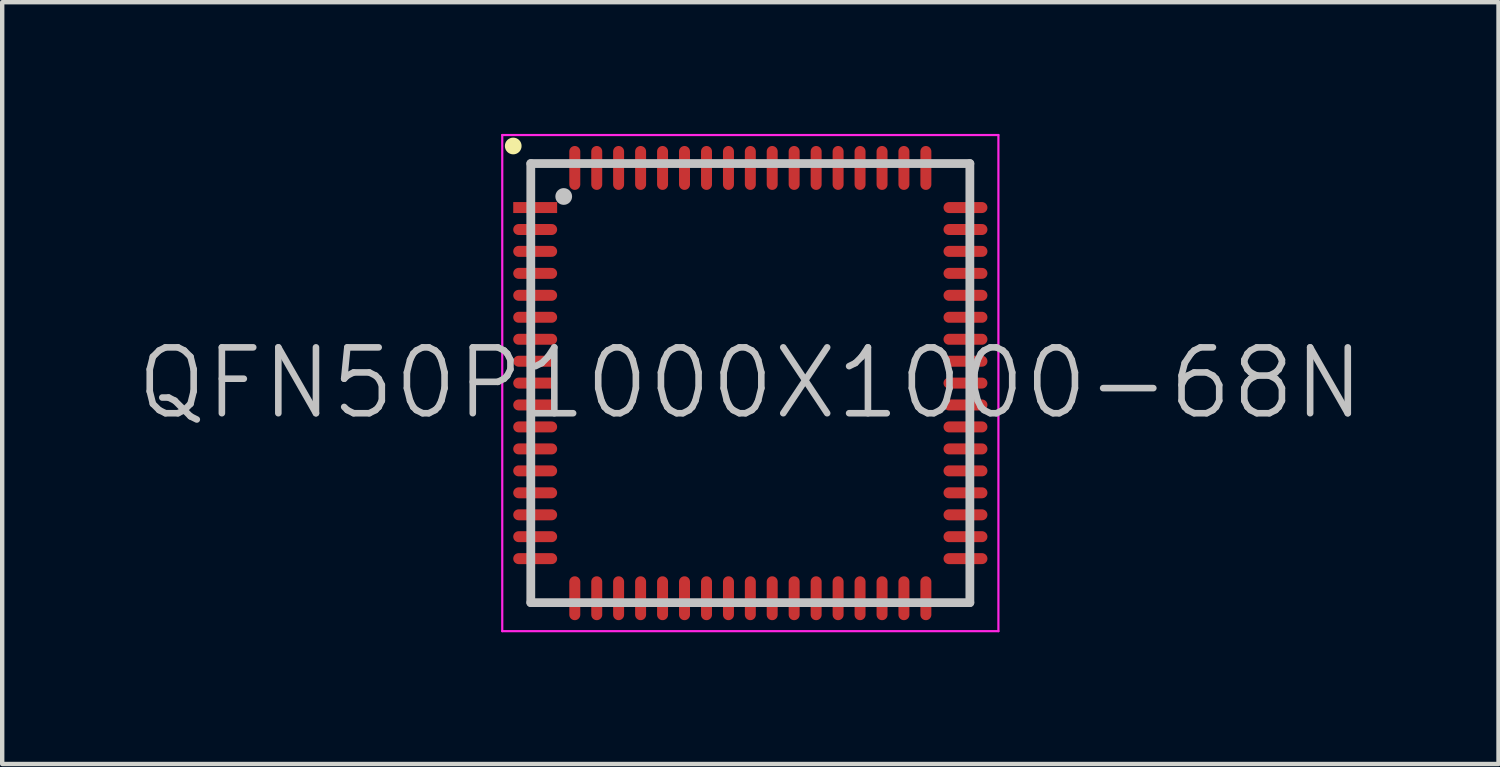
<source format=kicad_pcb>
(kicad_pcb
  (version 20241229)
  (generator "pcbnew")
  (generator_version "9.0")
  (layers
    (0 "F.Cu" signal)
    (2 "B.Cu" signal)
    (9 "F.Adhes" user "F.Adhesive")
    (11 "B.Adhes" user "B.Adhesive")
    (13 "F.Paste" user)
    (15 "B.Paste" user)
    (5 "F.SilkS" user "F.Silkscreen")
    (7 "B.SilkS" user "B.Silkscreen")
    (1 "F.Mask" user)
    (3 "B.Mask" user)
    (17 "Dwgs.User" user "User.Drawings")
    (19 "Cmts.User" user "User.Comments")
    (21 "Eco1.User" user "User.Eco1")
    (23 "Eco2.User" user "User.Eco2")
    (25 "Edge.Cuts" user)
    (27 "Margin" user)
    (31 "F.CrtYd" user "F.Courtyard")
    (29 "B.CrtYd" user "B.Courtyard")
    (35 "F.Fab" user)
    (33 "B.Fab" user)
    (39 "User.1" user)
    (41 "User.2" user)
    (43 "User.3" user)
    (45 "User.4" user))
  (footprint "QFN50P1000X1000-68N"
    (layer "F.Cu")
    (at 14.039 5.675)
    (property "Reference" "QFN50P1000X1000-68N" (at 0 0 0) (layer "Dwgs.User") (effects (font (size 1.5 1.5) (thickness 0.15))))
    (attr smd)
    (fp_line (start -5.4 -5.4) (end -5.4 -5.4) (stroke (width 0.381) (type solid)) (layer "F.SilkS"))
    (fp_line (start -5 -5) (end -5 5) (stroke (width 0.2) (type solid)) (layer "Dwgs.User"))
    (fp_line (start -5 -5) (end 5 -5) (stroke (width 0.2) (type solid)) (layer "Dwgs.User"))
    (fp_line (start -5 5) (end 5 5) (stroke (width 0.2) (type solid)) (layer "Dwgs.User"))
    (fp_line (start -4.25 -4.25) (end -4.25 -4.25) (stroke (width 0.381) (type solid)) (layer "Dwgs.User"))
    (fp_line (start 5 -5) (end 5 5) (stroke (width 0.2) (type solid)) (layer "Dwgs.User"))
    (fp_line (start -5.65 -5.65) (end -5.65 5.65) (stroke (width 0.05) (type solid)) (layer "F.CrtYd"))
    (fp_line (start -5.65 -5.65) (end 5.65 -5.65) (stroke (width 0.05) (type solid)) (layer "F.CrtYd"))
    (fp_line (start -5.65 5.65) (end 5.65 5.65) (stroke (width 0.05) (type solid)) (layer "F.CrtYd"))
    (fp_line (start 5.65 -5.65) (end 5.65 5.65) (stroke (width 0.05) (type solid)) (layer "F.CrtYd"))
    (pad "1" smd rect (at -4.9 -3.998 90) (size 0.25 1) (layers "F.Cu" "F.Mask" "F.Paste"))
    (pad "2" smd oval (at -4.9 -3.498 90) (size 0.25 1) (layers "F.Cu" "F.Mask" "F.Paste"))
    (pad "3" smd oval (at -4.9 -3 90) (size 0.25 1) (layers "F.Cu" "F.Mask" "F.Paste"))
    (pad "4" smd oval (at -4.9 -2.499 90) (size 0.25 1) (layers "F.Cu" "F.Mask" "F.Paste"))
    (pad "5" smd oval (at -4.9 -1.999 90) (size 0.25 1) (layers "F.Cu" "F.Mask" "F.Paste"))
    (pad "6" smd oval (at -4.9 -1.499 90) (size 0.25 1) (layers "F.Cu" "F.Mask" "F.Paste"))
    (pad "7" smd oval (at -4.9 -0.998 90) (size 0.25 1) (layers "F.Cu" "F.Mask" "F.Paste"))
    (pad "8" smd oval (at -4.9 -0.498 90) (size 0.25 1) (layers "F.Cu" "F.Mask" "F.Paste"))
    (pad "9" smd oval (at -4.9 0 90) (size 0.25 1) (layers "F.Cu" "F.Mask" "F.Paste"))
    (pad "10" smd oval (at -4.9 0.498 90) (size 0.25 1) (layers "F.Cu" "F.Mask" "F.Paste"))
    (pad "11" smd oval (at -4.9 0.998 90) (size 0.25 1) (layers "F.Cu" "F.Mask" "F.Paste"))
    (pad "12" smd oval (at -4.9 1.499 90) (size 0.25 1) (layers "F.Cu" "F.Mask" "F.Paste"))
    (pad "13" smd oval (at -4.9 1.999 90) (size 0.25 1) (layers "F.Cu" "F.Mask" "F.Paste"))
    (pad "14" smd oval (at -4.9 2.499 90) (size 0.25 1) (layers "F.Cu" "F.Mask" "F.Paste"))
    (pad "15" smd oval (at -4.9 3 90) (size 0.25 1) (layers "F.Cu" "F.Mask" "F.Paste"))
    (pad "16" smd oval (at -4.9 3.498 90) (size 0.25 1) (layers "F.Cu" "F.Mask" "F.Paste"))
    (pad "17" smd oval (at -4.9 3.998 90) (size 0.25 1) (layers "F.Cu" "F.Mask" "F.Paste"))
    (pad "18" smd oval (at -3.998 4.9 180) (size 0.25 1) (layers "F.Cu" "F.Mask" "F.Paste"))
    (pad "19" smd oval (at -3.498 4.9 180) (size 0.25 1) (layers "F.Cu" "F.Mask" "F.Paste"))
    (pad "20" smd oval (at -3 4.9 180) (size 0.25 1) (layers "F.Cu" "F.Mask" "F.Paste"))
    (pad "21" smd oval (at -2.499 4.9 180) (size 0.25 1) (layers "F.Cu" "F.Mask" "F.Paste"))
    (pad "22" smd oval (at -1.999 4.9 180) (size 0.25 1) (layers "F.Cu" "F.Mask" "F.Paste"))
    (pad "23" smd oval (at -1.499 4.9 180) (size 0.25 1) (layers "F.Cu" "F.Mask" "F.Paste"))
    (pad "24" smd oval (at -0.998 4.9 180) (size 0.25 1) (layers "F.Cu" "F.Mask" "F.Paste"))
    (pad "25" smd oval (at -0.498 4.9 180) (size 0.25 1) (layers "F.Cu" "F.Mask" "F.Paste"))
    (pad "26" smd oval (at 0 4.9 180) (size 0.25 1) (layers "F.Cu" "F.Mask" "F.Paste"))
    (pad "27" smd oval (at 0.498 4.9 180) (size 0.25 1) (layers "F.Cu" "F.Mask" "F.Paste"))
    (pad "28" smd oval (at 0.998 4.9 180) (size 0.25 1) (layers "F.Cu" "F.Mask" "F.Paste"))
    (pad "29" smd oval (at 1.499 4.9 180) (size 0.25 1) (layers "F.Cu" "F.Mask" "F.Paste"))
    (pad "30" smd oval (at 1.999 4.9 180) (size 0.25 1) (layers "F.Cu" "F.Mask" "F.Paste"))
    (pad "31" smd oval (at 2.499 4.9 180) (size 0.25 1) (layers "F.Cu" "F.Mask" "F.Paste"))
    (pad "32" smd oval (at 3 4.9 180) (size 0.25 1) (layers "F.Cu" "F.Mask" "F.Paste"))
    (pad "33" smd oval (at 3.498 4.9 180) (size 0.25 1) (layers "F.Cu" "F.Mask" "F.Paste"))
    (pad "34" smd oval (at 3.998 4.9 180) (size 0.25 1) (layers "F.Cu" "F.Mask" "F.Paste"))
    (pad "35" smd oval (at 4.9 3.998 270) (size 0.25 1) (layers "F.Cu" "F.Mask" "F.Paste"))
    (pad "36" smd oval (at 4.9 3.498 270) (size 0.25 1) (layers "F.Cu" "F.Mask" "F.Paste"))
    (pad "37" smd oval (at 4.9 3 270) (size 0.25 1) (layers "F.Cu" "F.Mask" "F.Paste"))
    (pad "38" smd oval (at 4.9 2.499 270) (size 0.25 1) (layers "F.Cu" "F.Mask" "F.Paste"))
    (pad "39" smd oval (at 4.9 1.999 270) (size 0.25 1) (layers "F.Cu" "F.Mask" "F.Paste"))
    (pad "40" smd oval (at 4.9 1.499 270) (size 0.25 1) (layers "F.Cu" "F.Mask" "F.Paste"))
    (pad "41" smd oval (at 4.9 0.998 270) (size 0.25 1) (layers "F.Cu" "F.Mask" "F.Paste"))
    (pad "42" smd oval (at 4.9 0.498 270) (size 0.25 1) (layers "F.Cu" "F.Mask" "F.Paste"))
    (pad "43" smd oval (at 4.9 0 270) (size 0.25 1) (layers "F.Cu" "F.Mask" "F.Paste"))
    (pad "44" smd oval (at 4.9 -0.498 270) (size 0.25 1) (layers "F.Cu" "F.Mask" "F.Paste"))
    (pad "45" smd oval (at 4.9 -0.998 270) (size 0.25 1) (layers "F.Cu" "F.Mask" "F.Paste"))
    (pad "46" smd oval (at 4.9 -1.499 270) (size 0.25 1) (layers "F.Cu" "F.Mask" "F.Paste"))
    (pad "47" smd oval (at 4.9 -1.999 270) (size 0.25 1) (layers "F.Cu" "F.Mask" "F.Paste"))
    (pad "48" smd oval (at 4.9 -2.499 270) (size 0.25 1) (layers "F.Cu" "F.Mask" "F.Paste"))
    (pad "49" smd oval (at 4.9 -3 270) (size 0.25 1) (layers "F.Cu" "F.Mask" "F.Paste"))
    (pad "50" smd oval (at 4.9 -3.498 270) (size 0.25 1) (layers "F.Cu" "F.Mask" "F.Paste"))
    (pad "51" smd oval (at 4.9 -3.998 270) (size 0.25 1) (layers "F.Cu" "F.Mask" "F.Paste"))
    (pad "52" smd oval (at 3.998 -4.9) (size 0.25 1) (layers "F.Cu" "F.Mask" "F.Paste"))
    (pad "53" smd oval (at 3.498 -4.9) (size 0.25 1) (layers "F.Cu" "F.Mask" "F.Paste"))
    (pad "54" smd oval (at 3 -4.9) (size 0.25 1) (layers "F.Cu" "F.Mask" "F.Paste"))
    (pad "55" smd oval (at 2.499 -4.9) (size 0.25 1) (layers "F.Cu" "F.Mask" "F.Paste"))
    (pad "56" smd oval (at 1.999 -4.9) (size 0.25 1) (layers "F.Cu" "F.Mask" "F.Paste"))
    (pad "57" smd oval (at 1.499 -4.9) (size 0.25 1) (layers "F.Cu" "F.Mask" "F.Paste"))
    (pad "58" smd oval (at 0.998 -4.9) (size 0.25 1) (layers "F.Cu" "F.Mask" "F.Paste"))
    (pad "59" smd oval (at 0.498 -4.9) (size 0.25 1) (layers "F.Cu" "F.Mask" "F.Paste"))
    (pad "60" smd oval (at 0 -4.9) (size 0.25 1) (layers "F.Cu" "F.Mask" "F.Paste"))
    (pad "61" smd oval (at -0.498 -4.9) (size 0.25 1) (layers "F.Cu" "F.Mask" "F.Paste"))
    (pad "62" smd oval (at -0.998 -4.9) (size 0.25 1) (layers "F.Cu" "F.Mask" "F.Paste"))
    (pad "63" smd oval (at -1.499 -4.9) (size 0.25 1) (layers "F.Cu" "F.Mask" "F.Paste"))
    (pad "64" smd oval (at -1.999 -4.9) (size 0.25 1) (layers "F.Cu" "F.Mask" "F.Paste"))
    (pad "65" smd oval (at -2.499 -4.9) (size 0.25 1) (layers "F.Cu" "F.Mask" "F.Paste"))
    (pad "66" smd oval (at -3 -4.9) (size 0.25 1) (layers "F.Cu" "F.Mask" "F.Paste"))
    (pad "67" smd oval (at -3.498 -4.9) (size 0.25 1) (layers "F.Cu" "F.Mask" "F.Paste"))
    (pad "68" smd oval (at -3.998 -4.9) (size 0.25 1) (layers "F.Cu" "F.Mask" "F.Paste")))
  (gr_rect
    (start -3 -3)
    (end 31.079 14.35)
    (stroke (width 0.1) (type default))
    (fill no)
    (layer "Edge.Cuts")))
</source>
